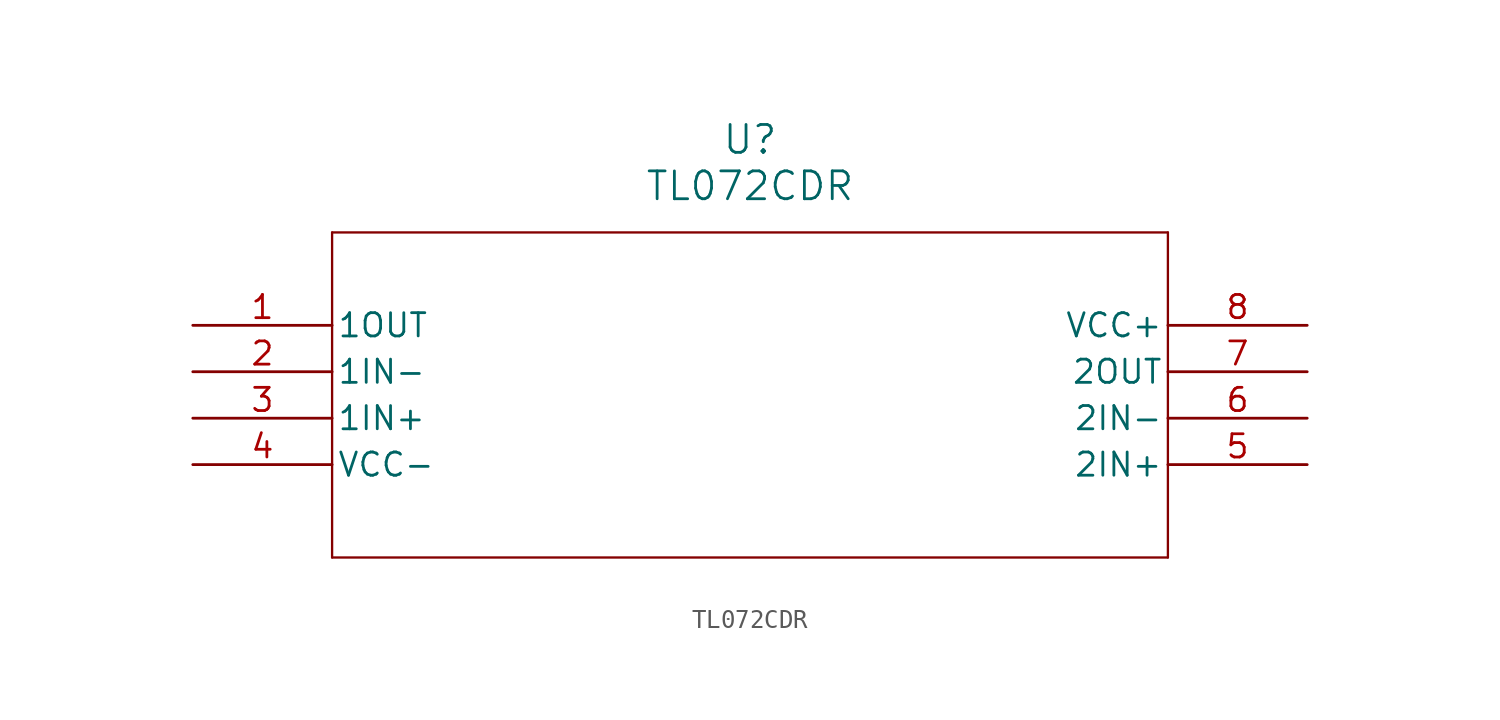
<source format=kicad_sym>
(kicad_symbol_lib
  (version 20231120)
  (generator "kicad_symbol_editor")
  (generator_version "8.0")
  (symbol "TL072CDR"
    (pin_names
      (offset 0.254))
    (property "Reference" "U"
      (at 30.48 10.16 0)
      (effects (font (size 1.524 1.524))))
    (property "Value" "TL072CDR"
      (at 30.48 7.62 0)
      (effects (font (size 1.524 1.524))))
    (property "ki_locked" ""
      (at 0 0 0)
      (effects (font (size 1.27 1.27))))
    (symbol "TL072CDR_0_1"
      (polyline (pts (xy 7.62 -12.7) (xy 53.34 -12.7)) (stroke (width 0.127) (type default)) (fill (type none)))
      (polyline (pts (xy 7.62 5.08) (xy 7.62 -12.7)) (stroke (width 0.127) (type default)) (fill (type none)))
      (polyline (pts (xy 53.34 -12.7) (xy 53.34 5.08)) (stroke (width 0.127) (type default)) (fill (type none)))
      (polyline (pts (xy 53.34 5.08) (xy 7.62 5.08)) (stroke (width 0.127) (type default)) (fill (type none)))
      (pin output line (at 0 0 0) (length 7.62) (name "1OUT" (effects (font (size 1.27 1.27)))) (number "1" (effects (font (size 1.27 1.27)))))
      (pin input line (at 0 -2.54 0) (length 7.62) (name "1IN-" (effects (font (size 1.27 1.27)))) (number "2" (effects (font (size 1.27 1.27)))))
      (pin input line (at 0 -5.08 0) (length 7.62) (name "1IN+" (effects (font (size 1.27 1.27)))) (number "3" (effects (font (size 1.27 1.27)))))
      (pin power_in line (at 0 -7.62 0) (length 7.62) (name "VCC-" (effects (font (size 1.27 1.27)))) (number "4" (effects (font (size 1.27 1.27)))))
      (pin input line (at 60.96 -7.62 180) (length 7.62) (name "2IN+" (effects (font (size 1.27 1.27)))) (number "5" (effects (font (size 1.27 1.27)))))
      (pin input line (at 60.96 -5.08 180) (length 7.62) (name "2IN-" (effects (font (size 1.27 1.27)))) (number "6" (effects (font (size 1.27 1.27)))))
      (pin output line (at 60.96 -2.54 180) (length 7.62) (name "2OUT" (effects (font (size 1.27 1.27)))) (number "7" (effects (font (size 1.27 1.27)))))
      (pin power_in line (at 60.96 0 180) (length 7.62) (name "VCC+" (effects (font (size 1.27 1.27)))) (number "8" (effects (font (size 1.27 1.27))))))))
</source>
